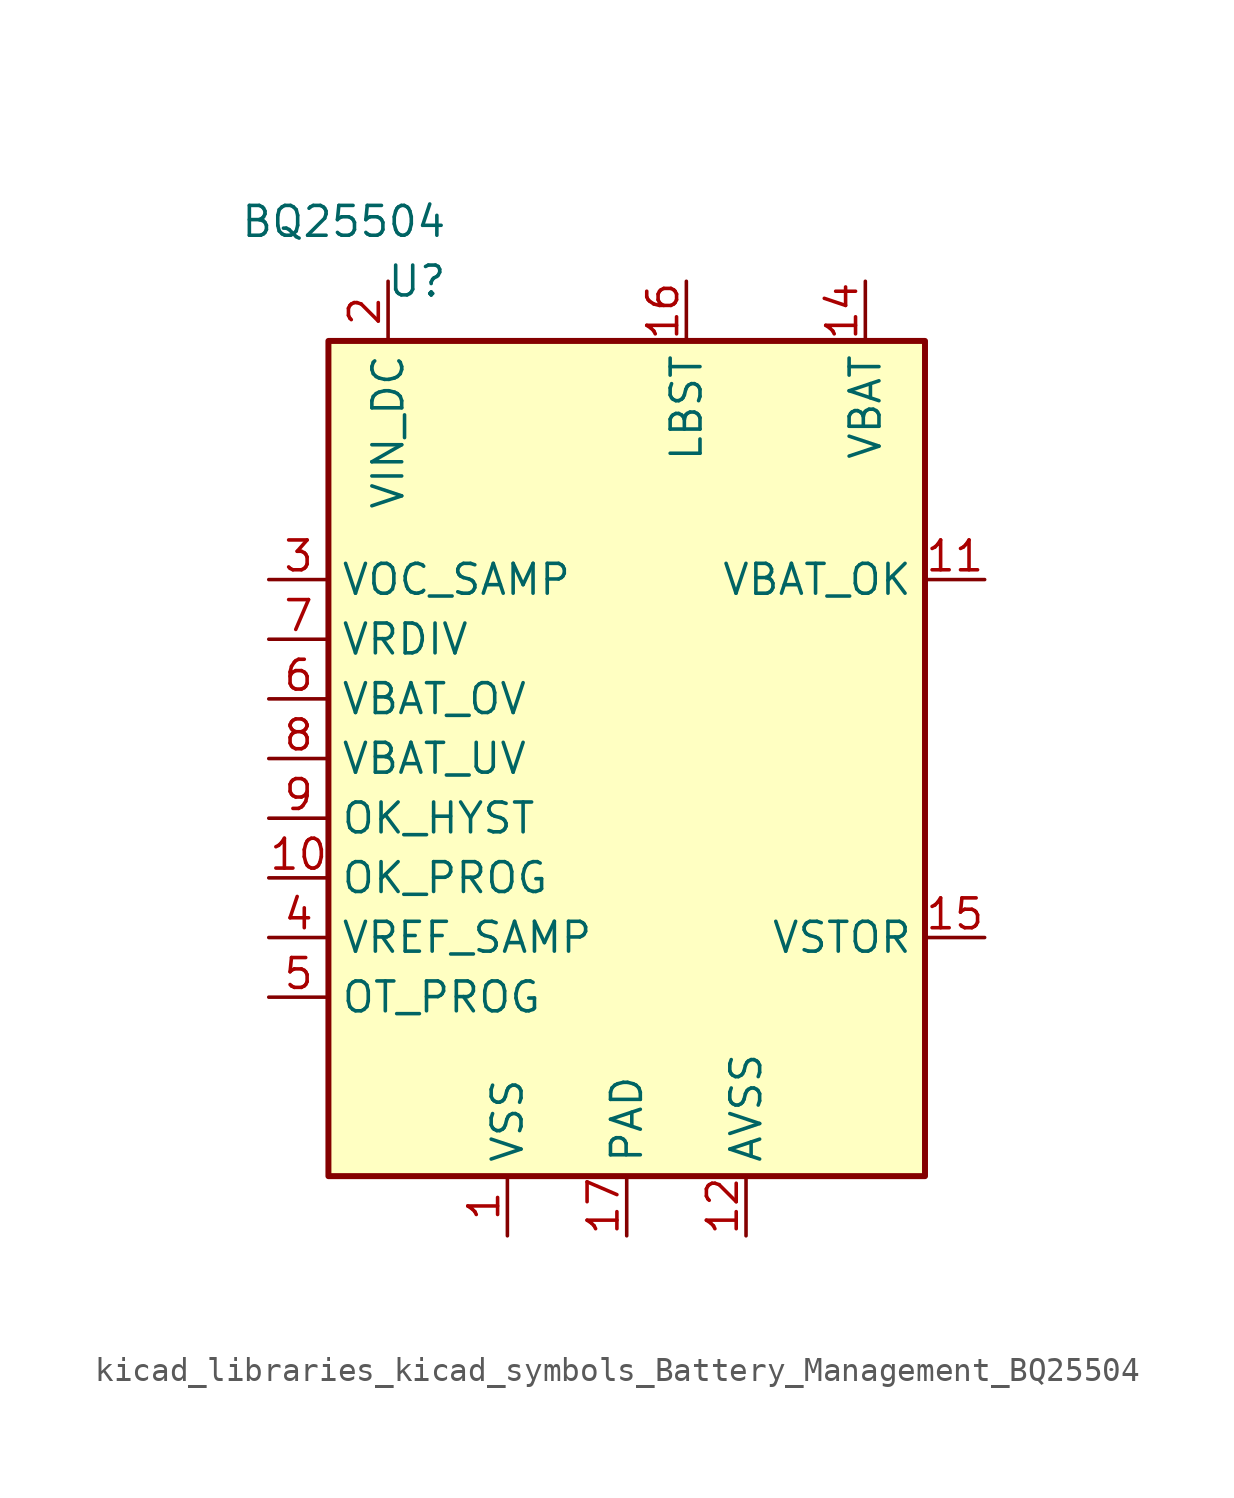
<source format=kicad_sym>
(kicad_symbol_lib
  (version 20220914)
  (generator kicad_symbol_editor)
  (symbol "kicad_libraries_kicad_symbols_Battery_Management_BQ25504"
    (property "Reference" "U"
      (at -7.62 20.32 0)
      (effects (font (size 1.27 1.27)) (justify right)))
    (property "Value" "BQ25504"
      (at -7.62 22.86 0)
      (effects (font (size 1.27 1.27)) (justify right)))
    (symbol "kicad_libraries_kicad_symbols_Battery_Management_BQ25504_0_1"
      (rectangle (start -12.7 17.78) (end 12.7 -17.78) (stroke (width 0.254) (type default)) (fill (type background))))
    (symbol "kicad_libraries_kicad_symbols_Battery_Management_BQ25504_1_1"
      (pin power_in line (at -5.08 -20.32 90) (length 2.54) (name "VSS" (effects (font (size 1.27 1.27)))) (number "1" (effects (font (size 1.27 1.27)))))
      (pin input line (at -15.24 -5.08 0) (length 2.54) (name "OK_PROG" (effects (font (size 1.27 1.27)))) (number "10" (effects (font (size 1.27 1.27)))))
      (pin output line (at 15.24 7.62 180) (length 2.54) (name "VBAT_OK" (effects (font (size 1.27 1.27)))) (number "11" (effects (font (size 1.27 1.27)))))
      (pin power_in line (at 5.08 -20.32 90) (length 2.54) (name "AVSS" (effects (font (size 1.27 1.27)))) (number "12" (effects (font (size 1.27 1.27)))))
      (pin passive line (at -5.08 -20.32 90) (length 2.54) hide (name "VSS" (effects (font (size 1.27 1.27)))) (number "13" (effects (font (size 1.27 1.27)))))
      (pin power_out line (at 10.16 20.32 270) (length 2.54) (name "VBAT" (effects (font (size 1.27 1.27)))) (number "14" (effects (font (size 1.27 1.27)))))
      (pin bidirectional line (at 15.24 -7.62 180) (length 2.54) (name "VSTOR" (effects (font (size 1.27 1.27)))) (number "15" (effects (font (size 1.27 1.27)))))
      (pin bidirectional line (at 2.54 20.32 270) (length 2.54) (name "LBST" (effects (font (size 1.27 1.27)))) (number "16" (effects (font (size 1.27 1.27)))))
      (pin passive line (at 0 -20.32 90) (length 2.54) (name "PAD" (effects (font (size 1.27 1.27)))) (number "17" (effects (font (size 1.27 1.27)))))
      (pin power_in line (at -10.16 20.32 270) (length 2.54) (name "VIN_DC" (effects (font (size 1.27 1.27)))) (number "2" (effects (font (size 1.27 1.27)))))
      (pin input line (at -15.24 7.62 0) (length 2.54) (name "VOC_SAMP" (effects (font (size 1.27 1.27)))) (number "3" (effects (font (size 1.27 1.27)))))
      (pin bidirectional line (at -15.24 -7.62 0) (length 2.54) (name "VREF_SAMP" (effects (font (size 1.27 1.27)))) (number "4" (effects (font (size 1.27 1.27)))))
      (pin input line (at -15.24 -10.16 0) (length 2.54) (name "OT_PROG" (effects (font (size 1.27 1.27)))) (number "5" (effects (font (size 1.27 1.27)))))
      (pin input line (at -15.24 2.54 0) (length 2.54) (name "VBAT_OV" (effects (font (size 1.27 1.27)))) (number "6" (effects (font (size 1.27 1.27)))))
      (pin output line (at -15.24 5.08 0) (length 2.54) (name "VRDIV" (effects (font (size 1.27 1.27)))) (number "7" (effects (font (size 1.27 1.27)))))
      (pin input line (at -15.24 0 0) (length 2.54) (name "VBAT_UV" (effects (font (size 1.27 1.27)))) (number "8" (effects (font (size 1.27 1.27)))))
      (pin input line (at -15.24 -2.54 0) (length 2.54) (name "OK_HYST" (effects (font (size 1.27 1.27)))) (number "9" (effects (font (size 1.27 1.27))))))))
</source>
